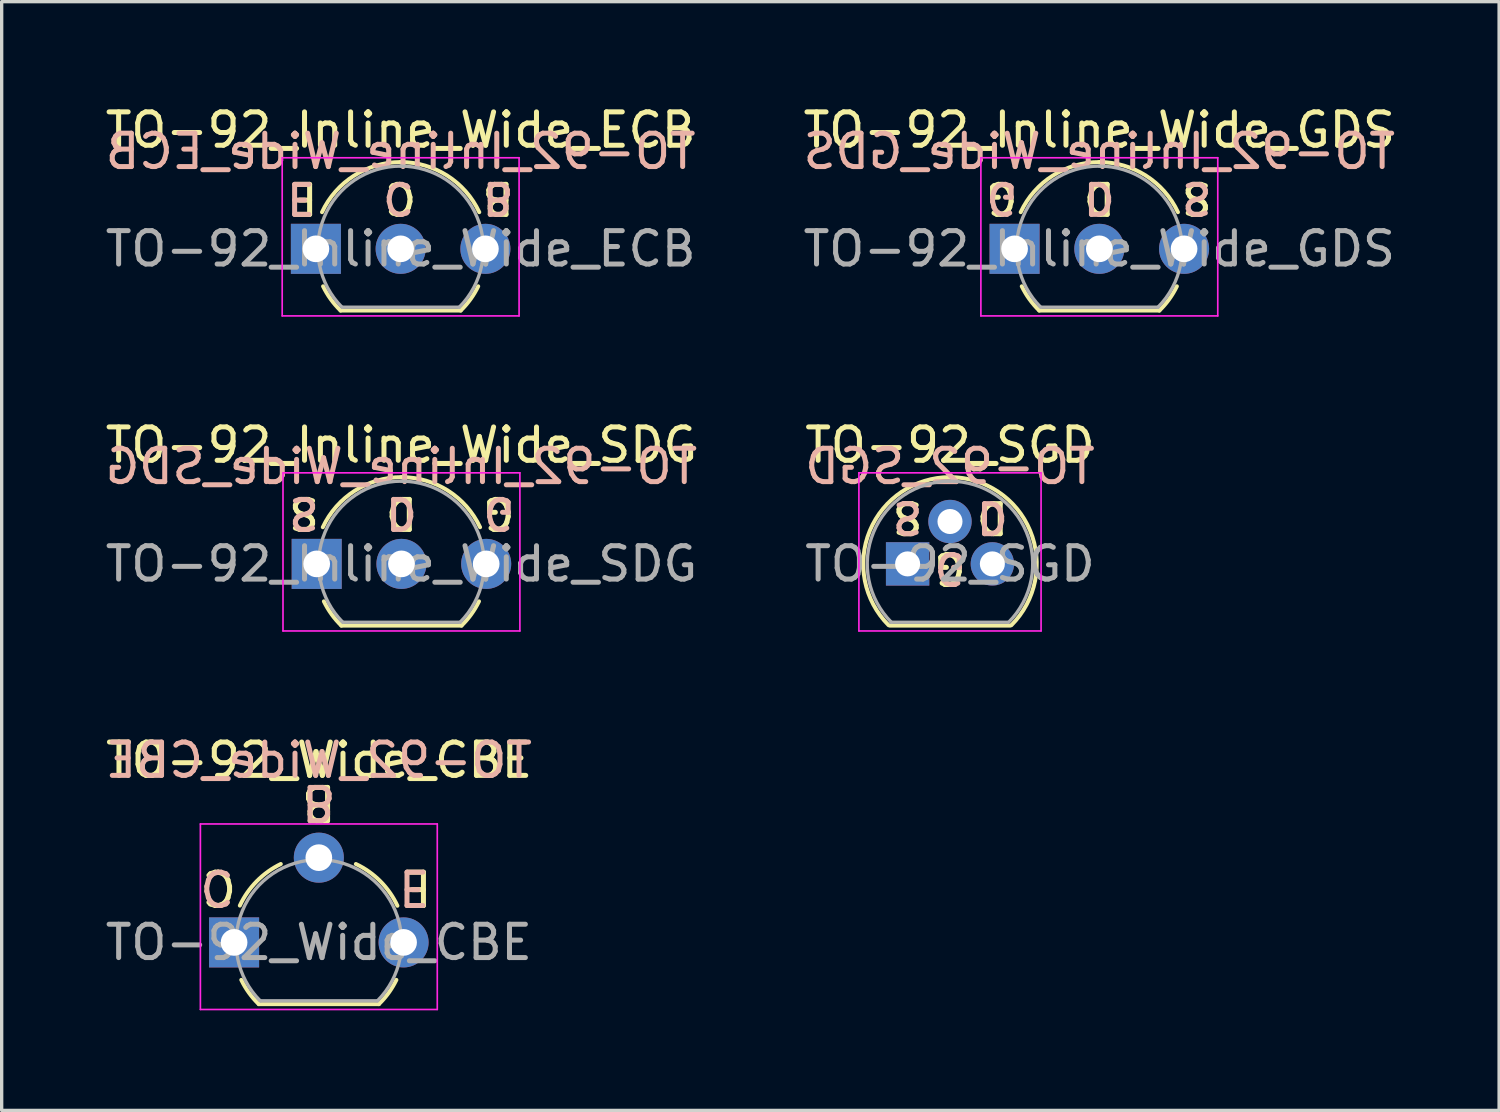
<source format=kicad_pcb>
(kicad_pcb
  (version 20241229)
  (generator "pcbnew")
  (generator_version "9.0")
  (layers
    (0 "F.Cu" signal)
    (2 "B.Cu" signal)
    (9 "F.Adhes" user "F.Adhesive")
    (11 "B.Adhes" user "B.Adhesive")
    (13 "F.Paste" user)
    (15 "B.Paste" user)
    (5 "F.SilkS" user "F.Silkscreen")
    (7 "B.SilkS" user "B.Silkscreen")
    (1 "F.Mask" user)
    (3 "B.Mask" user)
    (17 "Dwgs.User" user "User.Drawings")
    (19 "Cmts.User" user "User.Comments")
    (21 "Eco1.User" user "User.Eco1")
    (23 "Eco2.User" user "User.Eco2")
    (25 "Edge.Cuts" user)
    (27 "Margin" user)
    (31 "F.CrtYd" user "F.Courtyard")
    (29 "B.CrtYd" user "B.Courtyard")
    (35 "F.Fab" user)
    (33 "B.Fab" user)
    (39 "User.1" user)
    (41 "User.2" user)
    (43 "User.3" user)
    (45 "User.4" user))
  (footprint "TO-92_SGD"
    (layer "F.Cu")
    (at 24.153 13.851)
    (property "Reference" "TO-92_SGD" (at 1.27 -3.56 0) (layer "F.SilkS") (effects (font (size 1 1) (thickness 0.15))))
    (fp_line (start -0.53 1.85) (end 3.07 1.85) (stroke (width 0.12) (type solid)) (layer "F.SilkS"))
    (fp_arc (start -0.568478 1.838478) (mid -1.132087 -0.994977) (end 1.27 -2.6) (stroke (width 0.12) (type solid)) (layer "F.SilkS"))
    (fp_arc (start 1.27 -2.6) (mid 3.672087 -0.994977) (end 3.108478 1.838478) (stroke (width 0.12) (type solid)) (layer "F.SilkS"))
    (fp_line (start -1.46 -2.73) (end -1.46 2.01) (stroke (width 0.05) (type solid)) (layer "F.CrtYd"))
    (fp_line (start -1.46 -2.73) (end 4 -2.73) (stroke (width 0.05) (type solid)) (layer "F.CrtYd"))
    (fp_line (start 4 2.01) (end -1.46 2.01) (stroke (width 0.05) (type solid)) (layer "F.CrtYd"))
    (fp_line (start 4 2.01) (end 4 -2.73) (stroke (width 0.05) (type solid)) (layer "F.CrtYd"))
    (fp_line (start -0.5 1.75) (end 3 1.75) (stroke (width 0.1) (type solid)) (layer "F.Fab"))
    (fp_arc (start -0.483625 1.753625) (mid -1.021221 -0.949055) (end 1.27 -2.48) (stroke (width 0.1) (type solid)) (layer "F.Fab"))
    (fp_arc (start 1.27 -2.48) (mid 3.561221 -0.949055) (end 3.023625 1.753625) (stroke (width 0.1) (type solid)) (layer "F.Fab"))
    (fp_text user "S" (at 0 -1.397 180) (unlocked yes) (layer "F.SilkS") (effects (font (size 0.9 0.9) (thickness 0.15))))
    (fp_text user "G" (at 1.27 0.127 180) (unlocked yes) (layer "F.SilkS") (effects (font (size 0.9 0.9) (thickness 0.15))))
    (fp_text user "D" (at 2.54 -1.397 180) (unlocked yes) (layer "F.SilkS") (effects (font (size 0.9 0.9) (thickness 0.15))))
    (fp_text user "S" (at 0 -1.397 180) (unlocked yes) (layer "B.SilkS") (effects (font (size 0.9 0.9) (thickness 0.15)) (justify mirror)))
    (fp_text user "D" (at 2.54 -1.397 180) (unlocked yes) (layer "B.SilkS") (effects (font (size 0.9 0.9) (thickness 0.15)) (justify mirror)))
    (fp_text user "${REFERENCE}" (at 1.27 -2.921 0) (layer "B.SilkS") (effects (font (size 1 1) (thickness 0.15)) (justify mirror)))
    (fp_text user "G" (at 1.27 0.127 180) (unlocked yes) (layer "B.SilkS") (effects (font (size 0.9 0.9) (thickness 0.15)) (justify mirror)))
    (fp_text user "${REFERENCE}" (at 1.27 0 0) (layer "F.Fab") (effects (font (size 1 1) (thickness 0.15))))
    (pad "1" thru_hole rect (at 0 0 90) (size 1.3 1.3) (drill 0.75) (layers "*.Cu" "*.Mask"))
    (pad "2" thru_hole circle (at 1.27 -1.27 90) (size 1.3 1.3) (drill 0.75) (layers "*.Cu" "*.Mask"))
    (pad "3" thru_hole circle (at 2.54 0 90) (size 1.3 1.3) (drill 0.75) (layers "*.Cu" "*.Mask")))
  (footprint "TO-92_Inline_Wide_ECB"
    (layer "F.Cu")
    (at 6.418 4.408)
    (property "Reference" "TO-92_Inline_Wide_ECB" (at 2.54 -3.56 0) (layer "F.SilkS") (effects (font (size 1 1) (thickness 0.15))))
    (fp_line (start 0.74 1.85) (end 4.34 1.85) (stroke (width 0.12) (type solid)) (layer "F.SilkS"))
    (fp_arc (start 0.1836 -1.098807) (mid 1.143021 -2.192817) (end 2.54 -2.6) (stroke (width 0.12) (type solid)) (layer "F.SilkS"))
    (fp_arc (start 0.74 1.85) (mid 0.446097 1.509328) (end 0.215816 1.122795) (stroke (width 0.12) (type solid)) (layer "F.SilkS"))
    (fp_arc (start 2.54 -2.6) (mid 3.936979 -2.192818) (end 4.8964 -1.098807) (stroke (width 0.12) (type solid)) (layer "F.SilkS"))
    (fp_arc (start 4.864184 1.122795) (mid 4.633903 1.509328) (end 4.34 1.85) (stroke (width 0.12) (type solid)) (layer "F.SilkS"))
    (fp_line (start -1.01 -2.73) (end -1.01 2.01) (stroke (width 0.05) (type solid)) (layer "F.CrtYd"))
    (fp_line (start -1.01 -2.73) (end 6.09 -2.73) (stroke (width 0.05) (type solid)) (layer "F.CrtYd"))
    (fp_line (start 6.09 2.01) (end -1.01 2.01) (stroke (width 0.05) (type solid)) (layer "F.CrtYd"))
    (fp_line (start 6.09 2.01) (end 6.09 -2.73) (stroke (width 0.05) (type solid)) (layer "F.CrtYd"))
    (fp_line (start 0.8 1.75) (end 4.3 1.75) (stroke (width 0.1) (type solid)) (layer "F.Fab"))
    (fp_arc (start 0.786375 1.753625) (mid 0.248779 -0.949055) (end 2.54 -2.48) (stroke (width 0.1) (type solid)) (layer "F.Fab"))
    (fp_arc (start 2.54 -2.48) (mid 4.831221 -0.949055) (end 4.293625 1.753625) (stroke (width 0.1) (type solid)) (layer "F.Fab"))
    (fp_text user "B" (at 5.461 -1.524 180) (unlocked yes) (layer "F.SilkS") (effects (font (size 0.9 0.9) (thickness 0.15))))
    (fp_text user "C" (at 2.54 -1.524 180) (unlocked yes) (layer "F.SilkS") (effects (font (size 0.9 0.9) (thickness 0.15))))
    (fp_text user "E" (at -0.381 -1.524 180) (unlocked yes) (layer "F.SilkS") (effects (font (size 0.9 0.9) (thickness 0.15))))
    (fp_text user "E" (at -0.445 -1.524 180) (unlocked yes) (layer "B.SilkS") (effects (font (size 0.9 0.9) (thickness 0.15)) (justify mirror)))
    (fp_text user "C" (at 2.477 -1.524 180) (unlocked yes) (layer "B.SilkS") (effects (font (size 0.9 0.9) (thickness 0.15)) (justify mirror)))
    (fp_text user "${REFERENCE}" (at 2.54 -2.921 0) (layer "B.SilkS") (effects (font (size 1 1) (thickness 0.15)) (justify mirror)))
    (fp_text user "B" (at 5.461 -1.524 180) (unlocked yes) (layer "B.SilkS") (effects (font (size 0.9 0.9) (thickness 0.15)) (justify mirror)))
    (fp_text user "${REFERENCE}" (at 2.54 0 0) (layer "F.Fab") (effects (font (size 1 1) (thickness 0.15))))
    (pad "1" thru_hole rect (at 0 0 90) (size 1.5 1.5) (drill 0.8) (layers "*.Cu" "*.Mask"))
    (pad "2" thru_hole circle (at 2.54 0 90) (size 1.5 1.5) (drill 0.8) (layers "*.Cu" "*.Mask"))
    (pad "3" thru_hole circle (at 5.08 0 90) (size 1.5 1.5) (drill 0.8) (layers "*.Cu" "*.Mask")))
  (footprint "TO-92_Wide_CBE"
    (layer "F.Cu")
    (at 3.966 25.196)
    (property "Reference" "TO-92_Wide_CBE" (at 2.55 -5.461 0) (layer "F.SilkS") (effects (font (size 1 1) (thickness 0.15))))
    (fp_line (start 0.74 1.85) (end 4.34 1.85) (stroke (width 0.12) (type solid)) (layer "F.SilkS"))
    (fp_arc (start 0.172801 -1.103842) (mid 0.678995 -1.832692) (end 1.4 -2.35) (stroke (width 0.12) (type solid)) (layer "F.SilkS"))
    (fp_arc (start 0.74 1.85) (mid 0.446097 1.509328) (end 0.215816 1.122795) (stroke (width 0.12) (type solid)) (layer "F.SilkS"))
    (fp_arc (start 3.65 -2.35) (mid 4.382279 -1.833196) (end 4.895458 -1.098371) (stroke (width 0.12) (type solid)) (layer "F.SilkS"))
    (fp_arc (start 4.864184 1.122795) (mid 4.633903 1.509328) (end 4.34 1.85) (stroke (width 0.12) (type solid)) (layer "F.SilkS"))
    (fp_line (start -1.01 -3.55) (end -1.01 2.01) (stroke (width 0.05) (type solid)) (layer "F.CrtYd"))
    (fp_line (start -1.01 -3.55) (end 6.09 -3.55) (stroke (width 0.05) (type solid)) (layer "F.CrtYd"))
    (fp_line (start 6.09 2.01) (end -1.01 2.01) (stroke (width 0.05) (type solid)) (layer "F.CrtYd"))
    (fp_line (start 6.09 2.01) (end 6.09 -3.55) (stroke (width 0.05) (type solid)) (layer "F.CrtYd"))
    (fp_line (start 0.8 1.75) (end 4.3 1.75) (stroke (width 0.1) (type solid)) (layer "F.Fab"))
    (fp_arc (start 0.786375 1.753625) (mid 0.248779 -0.949055) (end 2.54 -2.48) (stroke (width 0.1) (type solid)) (layer "F.Fab"))
    (fp_arc (start 2.54 -2.48) (mid 4.831221 -0.949055) (end 4.293625 1.753625) (stroke (width 0.1) (type solid)) (layer "F.Fab"))
    (fp_text user "B" (at 2.54 -4.191 180) (unlocked yes) (layer "F.SilkS") (effects (font (size 1 1) (thickness 0.15))))
    (fp_text user "E" (at 5.461 -1.651 180) (unlocked yes) (layer "F.SilkS") (effects (font (size 1 1) (thickness 0.15))))
    (fp_text user "C" (at -0.445 -1.651 180) (unlocked yes) (layer "F.SilkS") (effects (font (size 1 1) (thickness 0.15))))
    (fp_text user "C" (at -0.508 -1.651 180) (unlocked yes) (layer "B.SilkS") (effects (font (size 1 1) (thickness 0.15)) (justify mirror)))
    (fp_text user "${REFERENCE}" (at 2.54 -5.461 0) (layer "B.SilkS") (effects (font (size 1 1) (thickness 0.15)) (justify mirror)))
    (fp_text user "B" (at 2.54 -4.191 180) (unlocked yes) (layer "B.SilkS") (effects (font (size 1 1) (thickness 0.15)) (justify mirror)))
    (fp_text user "E" (at 5.397 -1.651 180) (unlocked yes) (layer "B.SilkS") (effects (font (size 1 1) (thickness 0.15)) (justify mirror)))
    (fp_text user "${REFERENCE}" (at 2.54 0 0) (layer "F.Fab") (effects (font (size 1 1) (thickness 0.15))))
    (pad "1" thru_hole rect (at 0 0 90) (size 1.5 1.5) (drill 0.8) (layers "*.Cu" "*.Mask"))
    (pad "2" thru_hole circle (at 2.54 -2.54 90) (size 1.5 1.5) (drill 0.8) (layers "*.Cu" "*.Mask"))
    (pad "3" thru_hole circle (at 5.08 0 90) (size 1.5 1.5) (drill 0.8) (layers "*.Cu" "*.Mask")))
  (footprint "TO-92_Inline_Wide_SDG"
    (layer "F.Cu")
    (at 6.442 13.851)
    (property "Reference" "TO-92_Inline_Wide_SDG" (at 2.54 -3.56 0) (layer "F.SilkS") (effects (font (size 1 1) (thickness 0.15))))
    (fp_line (start 0.74 1.85) (end 4.34 1.85) (stroke (width 0.12) (type solid)) (layer "F.SilkS"))
    (fp_arc (start 0.1836 -1.098807) (mid 1.143021 -2.192817) (end 2.54 -2.6) (stroke (width 0.12) (type solid)) (layer "F.SilkS"))
    (fp_arc (start 0.74 1.85) (mid 0.446097 1.509328) (end 0.215816 1.122795) (stroke (width 0.12) (type solid)) (layer "F.SilkS"))
    (fp_arc (start 2.54 -2.6) (mid 3.936979 -2.192818) (end 4.8964 -1.098807) (stroke (width 0.12) (type solid)) (layer "F.SilkS"))
    (fp_arc (start 4.864184 1.122795) (mid 4.633903 1.509328) (end 4.34 1.85) (stroke (width 0.12) (type solid)) (layer "F.SilkS"))
    (fp_line (start -1.01 -2.73) (end -1.01 2.01) (stroke (width 0.05) (type solid)) (layer "F.CrtYd"))
    (fp_line (start -1.01 -2.73) (end 6.09 -2.73) (stroke (width 0.05) (type solid)) (layer "F.CrtYd"))
    (fp_line (start 6.09 2.01) (end -1.01 2.01) (stroke (width 0.05) (type solid)) (layer "F.CrtYd"))
    (fp_line (start 6.09 2.01) (end 6.09 -2.73) (stroke (width 0.05) (type solid)) (layer "F.CrtYd"))
    (fp_line (start 0.8 1.75) (end 4.3 1.75) (stroke (width 0.1) (type solid)) (layer "F.Fab"))
    (fp_arc (start 0.786375 1.753625) (mid 0.248779 -0.949055) (end 2.54 -2.48) (stroke (width 0.1) (type solid)) (layer "F.Fab"))
    (fp_arc (start 2.54 -2.48) (mid 4.831221 -0.949055) (end 4.293625 1.753625) (stroke (width 0.1) (type solid)) (layer "F.Fab"))
    (fp_text user "S" (at -0.381 -1.524 180) (unlocked yes) (layer "F.SilkS") (effects (font (size 0.9 0.9) (thickness 0.15))))
    (fp_text user "G" (at 5.461 -1.524 180) (unlocked yes) (layer "F.SilkS") (effects (font (size 0.9 0.9) (thickness 0.15))))
    (fp_text user "D" (at 2.54 -1.524 180) (unlocked yes) (layer "F.SilkS") (effects (font (size 0.9 0.9) (thickness 0.15))))
    (fp_text user "G" (at 5.461 -1.524 180) (unlocked yes) (layer "B.SilkS") (effects (font (size 0.9 0.9) (thickness 0.15)) (justify mirror)))
    (fp_text user "S" (at -0.381 -1.524 180) (unlocked yes) (layer "B.SilkS") (effects (font (size 0.9 0.9) (thickness 0.15)) (justify mirror)))
    (fp_text user "${REFERENCE}" (at 2.54 -2.921 0) (layer "B.SilkS") (effects (font (size 1 1) (thickness 0.15)) (justify mirror)))
    (fp_text user "D" (at 2.54 -1.524 180) (unlocked yes) (layer "B.SilkS") (effects (font (size 0.9 0.9) (thickness 0.15)) (justify mirror)))
    (fp_text user "${REFERENCE}" (at 2.54 0 0) (layer "F.Fab") (effects (font (size 1 1) (thickness 0.15))))
    (pad "1" thru_hole rect (at 0 0 90) (size 1.5 1.5) (drill 0.8) (layers "*.Cu" "*.Mask"))
    (pad "2" thru_hole circle (at 2.54 0 90) (size 1.5 1.5) (drill 0.8) (layers "*.Cu" "*.Mask"))
    (pad "3" thru_hole circle (at 5.08 0 90) (size 1.5 1.5) (drill 0.8) (layers "*.Cu" "*.Mask")))
  (footprint "TO-92_Inline_Wide_GDS"
    (layer "F.Cu")
    (at 27.359 4.408)
    (property "Reference" "TO-92_Inline_Wide_GDS" (at 2.54 -3.56 0) (layer "F.SilkS") (effects (font (size 1 1) (thickness 0.15))))
    (fp_line (start 0.74 1.85) (end 4.34 1.85) (stroke (width 0.12) (type solid)) (layer "F.SilkS"))
    (fp_arc (start 0.1836 -1.098807) (mid 1.143021 -2.192817) (end 2.54 -2.6) (stroke (width 0.12) (type solid)) (layer "F.SilkS"))
    (fp_arc (start 0.74 1.85) (mid 0.446097 1.509328) (end 0.215816 1.122795) (stroke (width 0.12) (type solid)) (layer "F.SilkS"))
    (fp_arc (start 2.54 -2.6) (mid 3.936979 -2.192818) (end 4.8964 -1.098807) (stroke (width 0.12) (type solid)) (layer "F.SilkS"))
    (fp_arc (start 4.864184 1.122795) (mid 4.633903 1.509328) (end 4.34 1.85) (stroke (width 0.12) (type solid)) (layer "F.SilkS"))
    (fp_line (start -1.01 -2.73) (end -1.01 2.01) (stroke (width 0.05) (type solid)) (layer "F.CrtYd"))
    (fp_line (start -1.01 -2.73) (end 6.09 -2.73) (stroke (width 0.05) (type solid)) (layer "F.CrtYd"))
    (fp_line (start 6.09 2.01) (end -1.01 2.01) (stroke (width 0.05) (type solid)) (layer "F.CrtYd"))
    (fp_line (start 6.09 2.01) (end 6.09 -2.73) (stroke (width 0.05) (type solid)) (layer "F.CrtYd"))
    (fp_line (start 0.8 1.75) (end 4.3 1.75) (stroke (width 0.1) (type solid)) (layer "F.Fab"))
    (fp_arc (start 0.786375 1.753625) (mid 0.248779 -0.949055) (end 2.54 -2.48) (stroke (width 0.1) (type solid)) (layer "F.Fab"))
    (fp_arc (start 2.54 -2.48) (mid 4.831221 -0.949055) (end 4.293625 1.753625) (stroke (width 0.1) (type solid)) (layer "F.Fab"))
    (fp_text user "G" (at -0.381 -1.524 180) (unlocked yes) (layer "F.SilkS") (effects (font (size 0.9 0.9) (thickness 0.15))))
    (fp_text user "D" (at 2.54 -1.524 180) (unlocked yes) (layer "F.SilkS") (effects (font (size 0.9 0.9) (thickness 0.15))))
    (fp_text user "S" (at 5.461 -1.524 180) (unlocked yes) (layer "F.SilkS") (effects (font (size 0.9 0.9) (thickness 0.15))))
    (fp_text user "S" (at 5.461 -1.524 180) (unlocked yes) (layer "B.SilkS") (effects (font (size 0.9 0.9) (thickness 0.15)) (justify mirror)))
    (fp_text user "D" (at 2.54 -1.524 180) (unlocked yes) (layer "B.SilkS") (effects (font (size 0.9 0.9) (thickness 0.15)) (justify mirror)))
    (fp_text user "G" (at -0.381 -1.524 180) (unlocked yes) (layer "B.SilkS") (effects (font (size 0.9 0.9) (thickness 0.15)) (justify mirror)))
    (fp_text user "${REFERENCE}" (at 2.54 -2.921 0) (layer "B.SilkS") (effects (font (size 1 1) (thickness 0.15)) (justify mirror)))
    (fp_text user "${REFERENCE}" (at 2.54 0 0) (layer "F.Fab") (effects (font (size 1 1) (thickness 0.15))))
    (pad "1" thru_hole rect (at 0 0 90) (size 1.5 1.5) (drill 0.8) (layers "*.Cu" "*.Mask"))
    (pad "2" thru_hole circle (at 2.54 0 90) (size 1.5 1.5) (drill 0.8) (layers "*.Cu" "*.Mask"))
    (pad "3" thru_hole circle (at 5.08 0 90) (size 1.5 1.5) (drill 0.8) (layers "*.Cu" "*.Mask")))
  (gr_rect
    (start -3 -3)
    (end 41.881 30.231)
    (stroke (width 0.1) (type default))
    (fill no)
    (layer "Edge.Cuts")))
</source>
